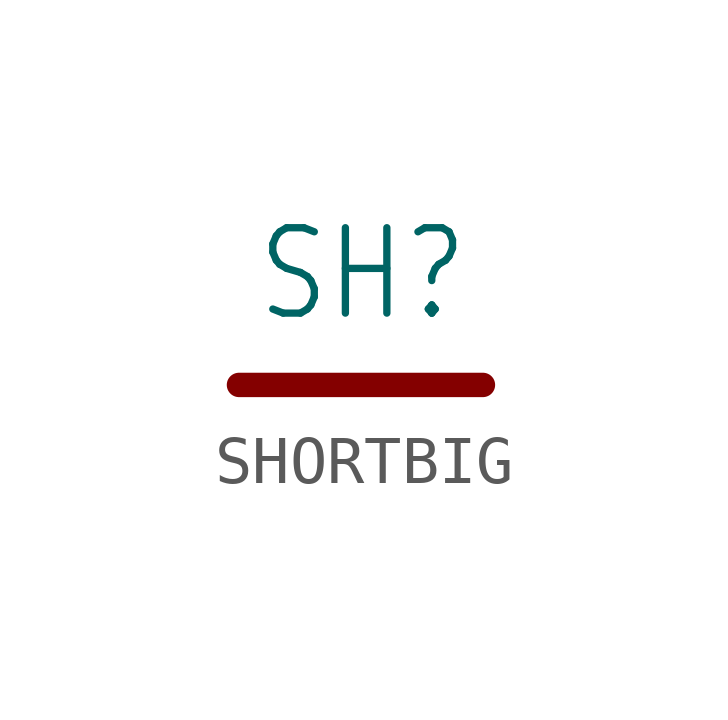
<source format=kicad_sym>
(kicad_symbol_lib
  (version 20241209)
  (generator "kicad_symbol_editor")
  (generator_version "9.0")
  (symbol "SHORTBIG"
    (property "Reference" "SH"
      (at -2.223 1.27 0)
      (effects (font (size 1.778 1.511)) (justify left bottom)))
    (property "ki_locked" ""
      (at 0 0 0)
      (effects (font (size 1.27 1.27))))
    (symbol "SHORTBIG_1_0"
      (polyline (pts (xy -2.54 0) (xy 2.54 0)) (stroke (width 0.508) (type solid)) (fill (type none)))
      (pin bidirectional line (at -2.54 0 0) (length 0) (name "P$1" (effects (font (size 0 0)))) (number "1" (effects (font (size 0 0)))))
      (pin bidirectional line (at 2.54 0 0) (length 0) (name "P$2" (effects (font (size 0 0)))) (number "2" (effects (font (size 0 0))))))))
</source>
